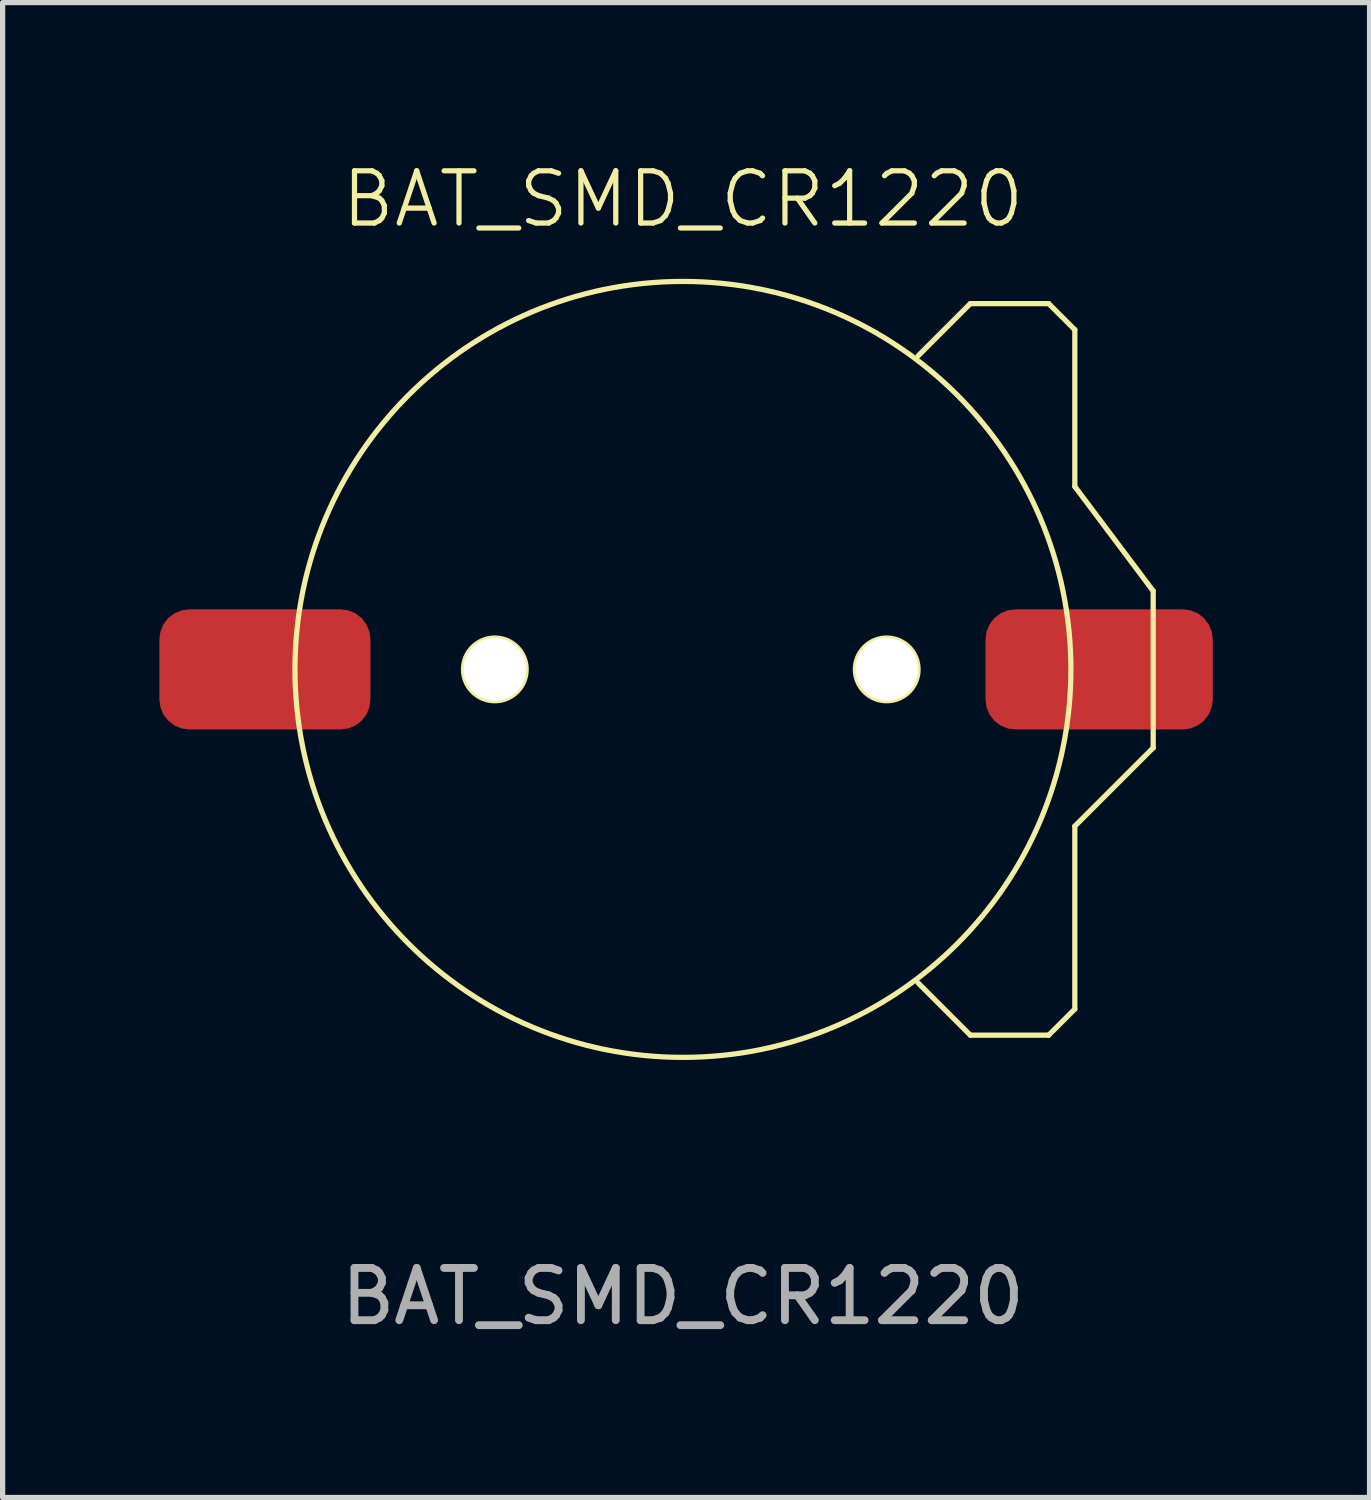
<source format=kicad_pcb>
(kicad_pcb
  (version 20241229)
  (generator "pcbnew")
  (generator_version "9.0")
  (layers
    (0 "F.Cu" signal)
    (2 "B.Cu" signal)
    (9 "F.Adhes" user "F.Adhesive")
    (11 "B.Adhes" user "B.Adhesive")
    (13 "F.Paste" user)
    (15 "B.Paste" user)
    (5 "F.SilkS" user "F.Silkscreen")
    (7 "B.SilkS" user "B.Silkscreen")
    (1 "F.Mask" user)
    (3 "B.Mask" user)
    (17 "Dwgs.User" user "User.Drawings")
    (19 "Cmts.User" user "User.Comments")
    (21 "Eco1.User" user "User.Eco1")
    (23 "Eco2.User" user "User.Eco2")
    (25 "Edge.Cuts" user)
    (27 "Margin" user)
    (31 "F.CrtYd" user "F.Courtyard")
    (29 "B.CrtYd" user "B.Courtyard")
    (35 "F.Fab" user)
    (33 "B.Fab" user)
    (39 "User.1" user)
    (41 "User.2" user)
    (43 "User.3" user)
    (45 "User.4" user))
  (footprint "BAT_SMD_CR1220"
    (layer "F.Cu")
    (at 10.02 9.761)
    (property "Reference" "BAT_SMD_CR1220" (at 0 -9 0) (unlocked yes) (layer "F.SilkS") (effects (font (size 1 1) (thickness 0.1))))
    (attr smd)
    (fp_line (start 5.5 -7) (end 4.5 -6) (stroke (width 0.1) (type default)) (layer "F.SilkS"))
    (fp_line (start 5.5 7) (end 4.5 6) (stroke (width 0.1) (type default)) (layer "F.SilkS"))
    (fp_line (start 7 -7) (end 5.5 -7) (stroke (width 0.1) (type default)) (layer "F.SilkS"))
    (fp_line (start 7 7) (end 5.5 7) (stroke (width 0.1) (type default)) (layer "F.SilkS"))
    (fp_line (start 7.5 -6.5) (end 7 -7) (stroke (width 0.1) (type default)) (layer "F.SilkS"))
    (fp_line (start 7.5 -3.5) (end 7.5 -6.5) (stroke (width 0.1) (type default)) (layer "F.SilkS"))
    (fp_line (start 7.5 3) (end 7.5 6.5) (stroke (width 0.1) (type default)) (layer "F.SilkS"))
    (fp_line (start 7.5 6.5) (end 7 7) (stroke (width 0.1) (type default)) (layer "F.SilkS"))
    (fp_line (start 9 -1.5) (end 7.5 -3.5) (stroke (width 0.1) (type default)) (layer "F.SilkS"))
    (fp_line (start 9 -1.5) (end 9 1.5) (stroke (width 0.1) (type default)) (layer "F.SilkS"))
    (fp_line (start 9 1.5) (end 7.5 3) (stroke (width 0.1) (type default)) (layer "F.SilkS"))
    (fp_circle (center -3.6 0) (end -3 0) (stroke (width 0.1) (type default)) (fill no) (layer "F.SilkS"))
    (fp_circle (center 0 0) (end 7.425 0) (stroke (width 0.1) (type default)) (fill no) (layer "F.SilkS"))
    (fp_circle (center 3.9 0) (end 4.5 0) (stroke (width 0.1) (type default)) (fill no) (layer "F.SilkS"))
    (fp_text user "${REFERENCE}" (at 0 12 0) (unlocked yes) (layer "F.Fab") (effects (font (size 1 1) (thickness 0.15))))
    (pad "" np_thru_hole circle (at -3.6 0) (size 1.2 1.2) (drill 1.2) (layers "*.Cu" "*.Mask"))
    (pad "" np_thru_hole circle (at 3.9 0) (size 1.2 1.2) (drill 1.2) (layers "*.Cu" "*.Mask"))
    (pad "1" smd roundrect (at 7.965 0) (size 4.35 2.3) (layers "F.Cu" "F.Mask" "F.Paste") (roundrect_rratio 0.25))
    (pad "2" smd roundrect (at -8 0) (size 4.04 2.3) (layers "F.Cu" "F.Mask" "F.Paste") (roundrect_rratio 0.25)))
  (gr_rect
    (start -3 -3)
    (end 23.16 25.609)
    (stroke (width 0.1) (type default))
    (fill no)
    (layer "Edge.Cuts")))
</source>
